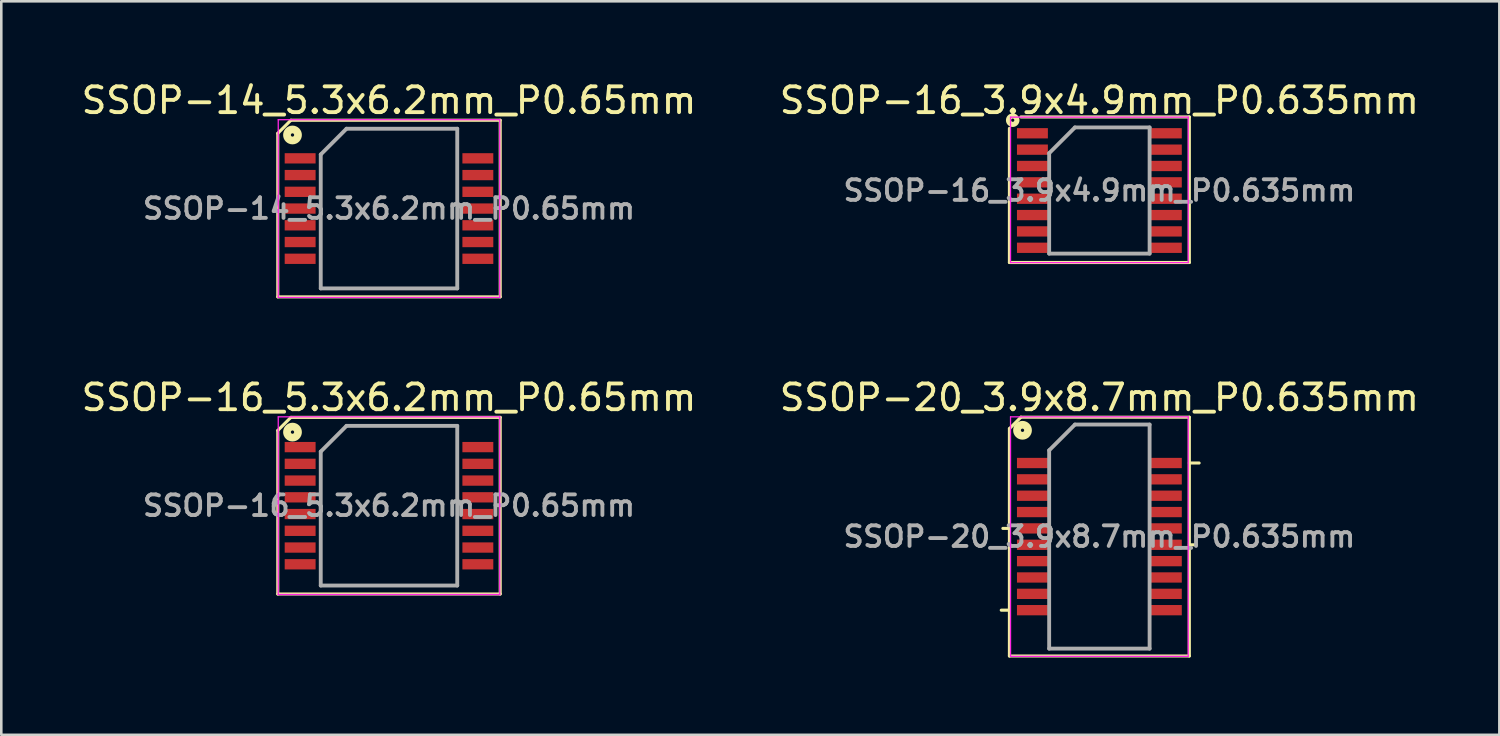
<source format=kicad_pcb>
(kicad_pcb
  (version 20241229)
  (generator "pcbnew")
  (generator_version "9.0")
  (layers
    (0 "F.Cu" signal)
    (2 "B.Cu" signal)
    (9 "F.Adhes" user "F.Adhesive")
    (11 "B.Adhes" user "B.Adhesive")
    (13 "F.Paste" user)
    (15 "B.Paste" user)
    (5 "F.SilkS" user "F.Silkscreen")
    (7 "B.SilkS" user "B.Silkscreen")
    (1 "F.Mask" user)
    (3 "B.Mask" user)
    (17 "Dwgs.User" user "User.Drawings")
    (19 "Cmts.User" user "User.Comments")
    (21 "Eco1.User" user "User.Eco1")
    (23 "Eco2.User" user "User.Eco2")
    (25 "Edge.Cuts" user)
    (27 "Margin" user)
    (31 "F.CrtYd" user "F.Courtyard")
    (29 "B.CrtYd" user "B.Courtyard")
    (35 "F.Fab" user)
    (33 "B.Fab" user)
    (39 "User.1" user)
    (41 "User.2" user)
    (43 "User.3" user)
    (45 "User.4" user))
  (footprint "SSOP-14_5.3x6.2mm_P0.65mm"
    (layer "F.Cu")
    (at 12.054 5.048)
    (property "Reference" "SSOP-14_5.3x6.2mm_P0.65mm" (at 0 -4.2 0) (layer "F.SilkS") (effects (font (size 1 1) (thickness 0.15))))
    (attr smd)
    (fp_line (start -4.318 -2.921) (end -4.318 3.429) (stroke (width 0.12) (type solid)) (layer "F.SilkS"))
    (fp_line (start -4.318 -2.921) (end -3.81 -3.429) (stroke (width 0.12) (type solid)) (layer "F.SilkS"))
    (fp_line (start -4.318 3.429) (end 4.318 3.429) (stroke (width 0.12) (type solid)) (layer "F.SilkS"))
    (fp_line (start 4.318 -3.429) (end -3.81 -3.429) (stroke (width 0.12) (type solid)) (layer "F.SilkS"))
    (fp_line (start 4.318 3.429) (end 4.318 -3.429) (stroke (width 0.12) (type solid)) (layer "F.SilkS"))
    (fp_circle (center -3.747 -2.857) (end -3.683 -2.857) (stroke (width 0.3) (type solid)) (fill no) (layer "F.SilkS"))
    (fp_line (start -4.3 -3.45) (end -4.3 3.45) (stroke (width 0.05) (type solid)) (layer "F.CrtYd"))
    (fp_line (start -4.3 -3.45) (end 4.3 -3.45) (stroke (width 0.05) (type solid)) (layer "F.CrtYd"))
    (fp_line (start -4.3 3.45) (end 4.3 3.45) (stroke (width 0.05) (type solid)) (layer "F.CrtYd"))
    (fp_line (start 4.3 -3.45) (end 4.3 3.45) (stroke (width 0.05) (type solid)) (layer "F.CrtYd"))
    (fp_line (start -2.65 -2.1) (end -1.65 -3.1) (stroke (width 0.15) (type solid)) (layer "F.Fab"))
    (fp_line (start -2.65 3.1) (end -2.65 -2.1) (stroke (width 0.15) (type solid)) (layer "F.Fab"))
    (fp_line (start -1.65 -3.1) (end 2.65 -3.1) (stroke (width 0.15) (type solid)) (layer "F.Fab"))
    (fp_line (start 2.65 -3.1) (end 2.65 3.1) (stroke (width 0.15) (type solid)) (layer "F.Fab"))
    (fp_line (start 2.65 3.1) (end -2.65 3.1) (stroke (width 0.15) (type solid)) (layer "F.Fab"))
    (fp_text user "${REFERENCE}" (at 0 0 0) (layer "F.Fab") (effects (font (size 0.8 0.8) (thickness 0.15))))
    (pad "1" smd rect (at -3.45 -1.95) (size 1.2 0.4) (layers "F.Cu" "F.Mask" "F.Paste"))
    (pad "2" smd rect (at -3.45 -1.3) (size 1.2 0.4) (layers "F.Cu" "F.Mask" "F.Paste"))
    (pad "3" smd rect (at -3.45 -0.65) (size 1.2 0.4) (layers "F.Cu" "F.Mask" "F.Paste"))
    (pad "4" smd rect (at -3.45 0) (size 1.2 0.4) (layers "F.Cu" "F.Mask" "F.Paste"))
    (pad "5" smd rect (at -3.45 0.65) (size 1.2 0.4) (layers "F.Cu" "F.Mask" "F.Paste"))
    (pad "6" smd rect (at -3.45 1.3) (size 1.2 0.4) (layers "F.Cu" "F.Mask" "F.Paste"))
    (pad "7" smd rect (at -3.45 1.95) (size 1.2 0.4) (layers "F.Cu" "F.Mask" "F.Paste"))
    (pad "8" smd rect (at 3.45 1.95) (size 1.2 0.4) (layers "F.Cu" "F.Mask" "F.Paste"))
    (pad "9" smd rect (at 3.45 1.3) (size 1.2 0.4) (layers "F.Cu" "F.Mask" "F.Paste"))
    (pad "10" smd rect (at 3.45 0.65) (size 1.2 0.4) (layers "F.Cu" "F.Mask" "F.Paste"))
    (pad "11" smd rect (at 3.45 0) (size 1.2 0.4) (layers "F.Cu" "F.Mask" "F.Paste"))
    (pad "12" smd rect (at 3.45 -0.65) (size 1.2 0.4) (layers "F.Cu" "F.Mask" "F.Paste"))
    (pad "13" smd rect (at 3.45 -1.3) (size 1.2 0.4) (layers "F.Cu" "F.Mask" "F.Paste"))
    (pad "14" smd rect (at 3.45 -1.95) (size 1.2 0.4) (layers "F.Cu" "F.Mask" "F.Paste")))
  (footprint "SSOP-16_3.9x4.9mm_P0.635mm"
    (layer "F.Cu")
    (at 39.637 4.348)
    (property "Reference" "SSOP-16_3.9x4.9mm_P0.635mm" (at 0 -3.5 0) (layer "F.SilkS") (effects (font (size 1 1) (thickness 0.15))))
    (attr smd)
    (fp_line (start -3.493 -2.413) (end -3.493 2.794) (stroke (width 0.12) (type solid)) (layer "F.SilkS"))
    (fp_line (start -3.493 2.794) (end 3.493 2.794) (stroke (width 0.12) (type solid)) (layer "F.SilkS"))
    (fp_line (start 3.493 -2.857) (end -3.048 -2.857) (stroke (width 0.12) (type solid)) (layer "F.SilkS"))
    (fp_line (start 3.493 2.794) (end 3.493 -2.857) (stroke (width 0.12) (type solid)) (layer "F.SilkS"))
    (fp_circle (center -3.365 -2.731) (end -3.302 -2.731) (stroke (width 0.2) (type solid)) (fill no) (layer "F.SilkS"))
    (fp_line (start -3.45 -2.85) (end -3.45 2.8) (stroke (width 0.05) (type solid)) (layer "F.CrtYd"))
    (fp_line (start -3.45 -2.85) (end 3.45 -2.85) (stroke (width 0.05) (type solid)) (layer "F.CrtYd"))
    (fp_line (start -3.45 2.8) (end 3.45 2.8) (stroke (width 0.05) (type solid)) (layer "F.CrtYd"))
    (fp_line (start 3.45 -2.85) (end 3.45 2.8) (stroke (width 0.05) (type solid)) (layer "F.CrtYd"))
    (fp_line (start -1.95 -1.45) (end -0.95 -2.45) (stroke (width 0.15) (type solid)) (layer "F.Fab"))
    (fp_line (start -1.95 2.45) (end -1.95 -1.45) (stroke (width 0.15) (type solid)) (layer "F.Fab"))
    (fp_line (start -0.95 -2.45) (end 1.95 -2.45) (stroke (width 0.15) (type solid)) (layer "F.Fab"))
    (fp_line (start 1.95 -2.45) (end 1.95 2.45) (stroke (width 0.15) (type solid)) (layer "F.Fab"))
    (fp_line (start 1.95 2.45) (end -1.95 2.45) (stroke (width 0.15) (type solid)) (layer "F.Fab"))
    (fp_text user "${REFERENCE}" (at 0 0 0) (layer "F.Fab") (effects (font (size 0.8 0.8) (thickness 0.15))))
    (pad "1" smd rect (at -2.6 -2.223) (size 1.2 0.4) (layers "F.Cu" "F.Mask" "F.Paste"))
    (pad "2" smd rect (at -2.6 -1.587) (size 1.2 0.4) (layers "F.Cu" "F.Mask" "F.Paste"))
    (pad "3" smd rect (at -2.6 -0.953) (size 1.2 0.4) (layers "F.Cu" "F.Mask" "F.Paste"))
    (pad "4" smd rect (at -2.6 -0.318) (size 1.2 0.4) (layers "F.Cu" "F.Mask" "F.Paste"))
    (pad "5" smd rect (at -2.6 0.318) (size 1.2 0.4) (layers "F.Cu" "F.Mask" "F.Paste"))
    (pad "6" smd rect (at -2.6 0.953) (size 1.2 0.4) (layers "F.Cu" "F.Mask" "F.Paste"))
    (pad "7" smd rect (at -2.6 1.587) (size 1.2 0.4) (layers "F.Cu" "F.Mask" "F.Paste"))
    (pad "8" smd rect (at -2.6 2.223) (size 1.2 0.4) (layers "F.Cu" "F.Mask" "F.Paste"))
    (pad "9" smd rect (at 2.6 2.223) (size 1.2 0.4) (layers "F.Cu" "F.Mask" "F.Paste"))
    (pad "10" smd rect (at 2.6 1.587) (size 1.2 0.4) (layers "F.Cu" "F.Mask" "F.Paste"))
    (pad "11" smd rect (at 2.6 0.953) (size 1.2 0.4) (layers "F.Cu" "F.Mask" "F.Paste"))
    (pad "12" smd rect (at 2.6 0.318) (size 1.2 0.4) (layers "F.Cu" "F.Mask" "F.Paste"))
    (pad "13" smd rect (at 2.6 -0.318) (size 1.2 0.4) (layers "F.Cu" "F.Mask" "F.Paste"))
    (pad "14" smd rect (at 2.6 -0.953) (size 1.2 0.4) (layers "F.Cu" "F.Mask" "F.Paste"))
    (pad "15" smd rect (at 2.6 -1.587) (size 1.2 0.4) (layers "F.Cu" "F.Mask" "F.Paste"))
    (pad "16" smd rect (at 2.6 -2.223) (size 1.2 0.4) (layers "F.Cu" "F.Mask" "F.Paste")))
  (footprint "SSOP-16_5.3x6.2mm_P0.65mm"
    (layer "F.Cu")
    (at 12.054 16.585)
    (property "Reference" "SSOP-16_5.3x6.2mm_P0.65mm" (at 0 -4.2 0) (layer "F.SilkS") (effects (font (size 1 1) (thickness 0.15))))
    (attr smd)
    (fp_line (start -4.318 -2.921) (end -4.318 3.429) (stroke (width 0.12) (type solid)) (layer "F.SilkS"))
    (fp_line (start -4.318 -2.921) (end -3.81 -3.429) (stroke (width 0.12) (type solid)) (layer "F.SilkS"))
    (fp_line (start -4.318 3.429) (end 4.318 3.429) (stroke (width 0.12) (type solid)) (layer "F.SilkS"))
    (fp_line (start 4.318 -3.429) (end -3.81 -3.429) (stroke (width 0.12) (type solid)) (layer "F.SilkS"))
    (fp_line (start 4.318 3.429) (end 4.318 -3.429) (stroke (width 0.12) (type solid)) (layer "F.SilkS"))
    (fp_circle (center -3.747 -2.857) (end -3.683 -2.857) (stroke (width 0.3) (type solid)) (fill no) (layer "F.SilkS"))
    (fp_line (start -4.3 -3.45) (end -4.3 3.45) (stroke (width 0.05) (type solid)) (layer "F.CrtYd"))
    (fp_line (start -4.3 -3.45) (end 4.3 -3.45) (stroke (width 0.05) (type solid)) (layer "F.CrtYd"))
    (fp_line (start -4.3 3.45) (end 4.3 3.45) (stroke (width 0.05) (type solid)) (layer "F.CrtYd"))
    (fp_line (start 4.3 -3.45) (end 4.3 3.45) (stroke (width 0.05) (type solid)) (layer "F.CrtYd"))
    (fp_line (start -2.65 -2.1) (end -1.65 -3.1) (stroke (width 0.15) (type solid)) (layer "F.Fab"))
    (fp_line (start -2.65 3.1) (end -2.65 -2.1) (stroke (width 0.15) (type solid)) (layer "F.Fab"))
    (fp_line (start -1.65 -3.1) (end 2.65 -3.1) (stroke (width 0.15) (type solid)) (layer "F.Fab"))
    (fp_line (start 2.65 -3.1) (end 2.65 3.1) (stroke (width 0.15) (type solid)) (layer "F.Fab"))
    (fp_line (start 2.65 3.1) (end -2.65 3.1) (stroke (width 0.15) (type solid)) (layer "F.Fab"))
    (fp_text user "${REFERENCE}" (at 0 0 0) (layer "F.Fab") (effects (font (size 0.8 0.8) (thickness 0.15))))
    (pad "1" smd rect (at -3.45 -2.275) (size 1.2 0.4) (layers "F.Cu" "F.Mask" "F.Paste"))
    (pad "2" smd rect (at -3.45 -1.625) (size 1.2 0.4) (layers "F.Cu" "F.Mask" "F.Paste"))
    (pad "3" smd rect (at -3.45 -0.975) (size 1.2 0.4) (layers "F.Cu" "F.Mask" "F.Paste"))
    (pad "4" smd rect (at -3.45 -0.325) (size 1.2 0.4) (layers "F.Cu" "F.Mask" "F.Paste"))
    (pad "5" smd rect (at -3.45 0.325) (size 1.2 0.4) (layers "F.Cu" "F.Mask" "F.Paste"))
    (pad "6" smd rect (at -3.45 0.975) (size 1.2 0.4) (layers "F.Cu" "F.Mask" "F.Paste"))
    (pad "7" smd rect (at -3.45 1.625) (size 1.2 0.4) (layers "F.Cu" "F.Mask" "F.Paste"))
    (pad "8" smd rect (at -3.45 2.275) (size 1.2 0.4) (layers "F.Cu" "F.Mask" "F.Paste"))
    (pad "9" smd rect (at 3.45 2.275) (size 1.2 0.4) (layers "F.Cu" "F.Mask" "F.Paste"))
    (pad "10" smd rect (at 3.45 1.625) (size 1.2 0.4) (layers "F.Cu" "F.Mask" "F.Paste"))
    (pad "11" smd rect (at 3.45 0.975) (size 1.2 0.4) (layers "F.Cu" "F.Mask" "F.Paste"))
    (pad "12" smd rect (at 3.45 0.325) (size 1.2 0.4) (layers "F.Cu" "F.Mask" "F.Paste"))
    (pad "13" smd rect (at 3.45 -0.325) (size 1.2 0.4) (layers "F.Cu" "F.Mask" "F.Paste"))
    (pad "14" smd rect (at 3.45 -0.975) (size 1.2 0.4) (layers "F.Cu" "F.Mask" "F.Paste"))
    (pad "15" smd rect (at 3.45 -1.625) (size 1.2 0.4) (layers "F.Cu" "F.Mask" "F.Paste"))
    (pad "16" smd rect (at 3.45 -2.275) (size 1.2 0.4) (layers "F.Cu" "F.Mask" "F.Paste")))
  (footprint "SSOP-20_3.9x8.7mm_P0.635mm"
    (layer "F.Cu")
    (at 39.637 17.785)
    (property "Reference" "SSOP-20_3.9x8.7mm_P0.635mm" (at 0 -5.4 0) (layer "F.SilkS") (effects (font (size 1 1) (thickness 0.15))))
    (attr smd)
    (fp_line (start -3.493 -4.191) (end -3.493 4.636) (stroke (width 0.12) (type solid)) (layer "F.SilkS"))
    (fp_line (start -3.493 -4.191) (end -3.048 -4.636) (stroke (width 0.12) (type solid)) (layer "F.SilkS"))
    (fp_line (start -3.493 -0.318) (end -3.747 -0.318) (stroke (width 0.12) (type solid)) (layer "F.SilkS"))
    (fp_line (start -3.493 2.857) (end -3.81 2.857) (stroke (width 0.12) (type solid)) (layer "F.SilkS"))
    (fp_line (start -3.493 4.636) (end 3.493 4.636) (stroke (width 0.12) (type solid)) (layer "F.SilkS"))
    (fp_line (start 3.493 -4.636) (end -3.048 -4.636) (stroke (width 0.12) (type solid)) (layer "F.SilkS"))
    (fp_line (start 3.493 -2.857) (end 3.873 -2.857) (stroke (width 0.12) (type solid)) (layer "F.SilkS"))
    (fp_line (start 3.493 0.318) (end 3.747 0.318) (stroke (width 0.12) (type solid)) (layer "F.SilkS"))
    (fp_line (start 3.493 4.636) (end 3.493 -4.636) (stroke (width 0.12) (type solid)) (layer "F.SilkS"))
    (fp_circle (center -2.985 -4.128) (end -2.921 -4.128) (stroke (width 0.3) (type solid)) (fill no) (layer "F.SilkS"))
    (fp_line (start -3.45 -4.65) (end -3.45 4.65) (stroke (width 0.05) (type solid)) (layer "F.CrtYd"))
    (fp_line (start -3.45 -4.65) (end 3.45 -4.65) (stroke (width 0.05) (type solid)) (layer "F.CrtYd"))
    (fp_line (start -3.45 4.65) (end 3.45 4.65) (stroke (width 0.05) (type solid)) (layer "F.CrtYd"))
    (fp_line (start 3.45 -4.65) (end 3.45 4.65) (stroke (width 0.05) (type solid)) (layer "F.CrtYd"))
    (fp_line (start -1.95 -3.35) (end -0.95 -4.35) (stroke (width 0.15) (type solid)) (layer "F.Fab"))
    (fp_line (start -1.95 4.35) (end -1.95 -3.35) (stroke (width 0.15) (type solid)) (layer "F.Fab"))
    (fp_line (start -0.95 -4.35) (end 1.95 -4.35) (stroke (width 0.15) (type solid)) (layer "F.Fab"))
    (fp_line (start 1.95 -4.35) (end 1.95 4.35) (stroke (width 0.15) (type solid)) (layer "F.Fab"))
    (fp_line (start 1.95 4.35) (end -1.95 4.35) (stroke (width 0.15) (type solid)) (layer "F.Fab"))
    (fp_text user "${REFERENCE}" (at 0 0 0) (layer "F.Fab") (effects (font (size 0.8 0.8) (thickness 0.15))))
    (pad "1" smd rect (at -2.6 -2.857) (size 1.2 0.4) (layers "F.Cu" "F.Mask" "F.Paste"))
    (pad "2" smd rect (at -2.6 -2.223) (size 1.2 0.4) (layers "F.Cu" "F.Mask" "F.Paste"))
    (pad "3" smd rect (at -2.6 -1.587) (size 1.2 0.4) (layers "F.Cu" "F.Mask" "F.Paste"))
    (pad "4" smd rect (at -2.6 -0.953) (size 1.2 0.4) (layers "F.Cu" "F.Mask" "F.Paste"))
    (pad "5" smd rect (at -2.6 -0.318) (size 1.2 0.4) (layers "F.Cu" "F.Mask" "F.Paste"))
    (pad "6" smd rect (at -2.6 0.318) (size 1.2 0.4) (layers "F.Cu" "F.Mask" "F.Paste"))
    (pad "7" smd rect (at -2.6 0.953) (size 1.2 0.4) (layers "F.Cu" "F.Mask" "F.Paste"))
    (pad "8" smd rect (at -2.6 1.587) (size 1.2 0.4) (layers "F.Cu" "F.Mask" "F.Paste"))
    (pad "9" smd rect (at -2.6 2.223) (size 1.2 0.4) (layers "F.Cu" "F.Mask" "F.Paste"))
    (pad "10" smd rect (at -2.6 2.857) (size 1.2 0.4) (layers "F.Cu" "F.Mask" "F.Paste"))
    (pad "11" smd rect (at 2.6 2.857) (size 1.2 0.4) (layers "F.Cu" "F.Mask" "F.Paste"))
    (pad "12" smd rect (at 2.6 2.223) (size 1.2 0.4) (layers "F.Cu" "F.Mask" "F.Paste"))
    (pad "13" smd rect (at 2.6 1.587) (size 1.2 0.4) (layers "F.Cu" "F.Mask" "F.Paste"))
    (pad "14" smd rect (at 2.6 0.953) (size 1.2 0.4) (layers "F.Cu" "F.Mask" "F.Paste"))
    (pad "15" smd rect (at 2.6 0.318) (size 1.2 0.4) (layers "F.Cu" "F.Mask" "F.Paste"))
    (pad "16" smd rect (at 2.6 -0.318) (size 1.2 0.4) (layers "F.Cu" "F.Mask" "F.Paste"))
    (pad "17" smd rect (at 2.6 -0.953) (size 1.2 0.4) (layers "F.Cu" "F.Mask" "F.Paste"))
    (pad "18" smd rect (at 2.6 -1.587) (size 1.2 0.4) (layers "F.Cu" "F.Mask" "F.Paste"))
    (pad "19" smd rect (at 2.6 -2.223) (size 1.2 0.4) (layers "F.Cu" "F.Mask" "F.Paste"))
    (pad "20" smd rect (at 2.6 -2.857) (size 1.2 0.4) (layers "F.Cu" "F.Mask" "F.Paste")))
  (gr_rect
    (start -3 -3)
    (end 55.167 25.481)
    (stroke (width 0.1) (type default))
    (fill no)
    (layer "Edge.Cuts")))
</source>
